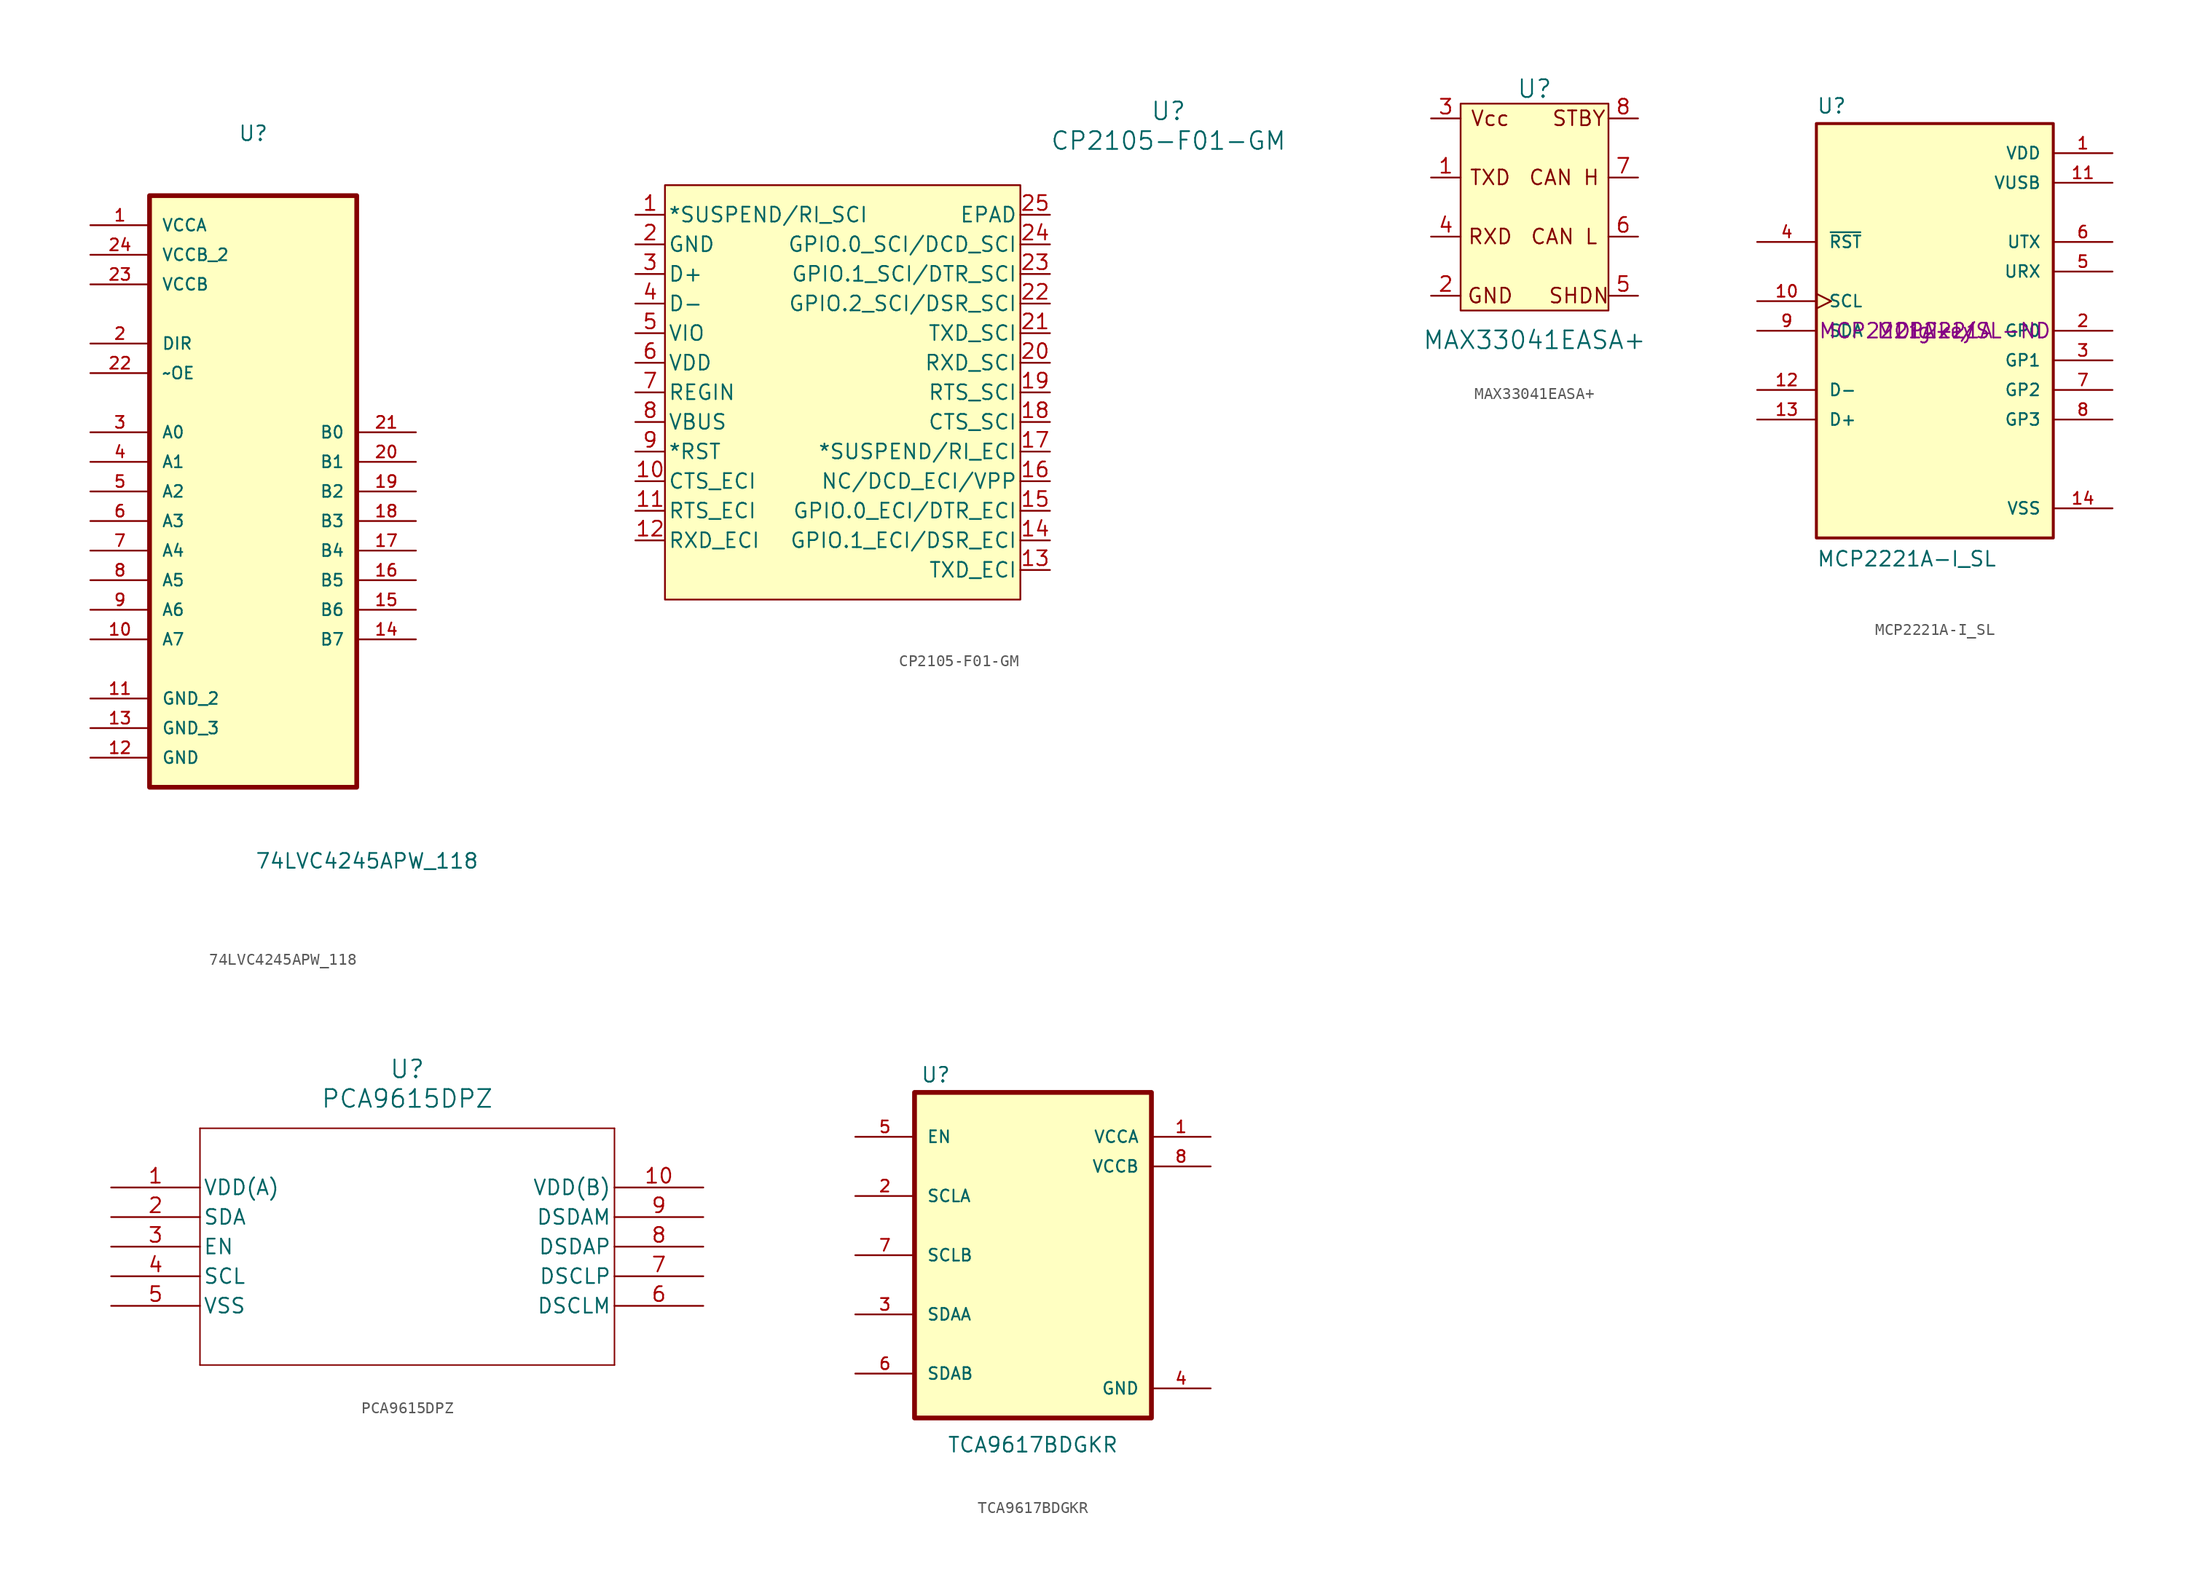
<source format=kicad_sym>
(kicad_symbol_lib
  (version 20231120)
  (generator "kicad_symbol_editor")
  (generator_version "8.0")
  (symbol "74LVC4245APW_118"
    (pin_names
      (offset 1.016))
    (property "Reference" "U"
      (at -5.111 27.46 0)
      (effects (font (size 1.27 1.27)) (justify left bottom)))
    (property "Value" "74LVC4245APW_118"
      (at -3.664 -35.015 0)
      (effects (font (size 1.27 1.27)) (justify left bottom)))
    (symbol "74LVC4245APW_118_0_0"
      (rectangle (start -12.7 22.86) (end 5.08 -27.94) (stroke (width 0.406) (type default)) (fill (type background)))
      (pin power_in line (at -17.78 20.32 0) (length 5.08) (name "VCCA" (effects (font (size 1.016 1.016)))) (number "1" (effects (font (size 1.016 1.016)))))
      (pin bidirectional line (at -17.78 -15.24 0) (length 5.08) (name "A7" (effects (font (size 1.016 1.016)))) (number "10" (effects (font (size 1.016 1.016)))))
      (pin passive line (at -17.78 -20.32 0) (length 5.08) (name "GND_2" (effects (font (size 1.016 1.016)))) (number "11" (effects (font (size 1.016 1.016)))))
      (pin passive line (at -17.78 -25.4 0) (length 5.08) (name "GND" (effects (font (size 1.016 1.016)))) (number "12" (effects (font (size 1.016 1.016)))))
      (pin passive line (at -17.78 -22.86 0) (length 5.08) (name "GND_3" (effects (font (size 1.016 1.016)))) (number "13" (effects (font (size 1.016 1.016)))))
      (pin bidirectional line (at 10.16 -15.24 180) (length 5.08) (name "B7" (effects (font (size 1.016 1.016)))) (number "14" (effects (font (size 1.016 1.016)))))
      (pin bidirectional line (at 10.16 -12.7 180) (length 5.08) (name "B6" (effects (font (size 1.016 1.016)))) (number "15" (effects (font (size 1.016 1.016)))))
      (pin bidirectional line (at 10.16 -10.16 180) (length 5.08) (name "B5" (effects (font (size 1.016 1.016)))) (number "16" (effects (font (size 1.016 1.016)))))
      (pin bidirectional line (at 10.16 -7.62 180) (length 5.08) (name "B4" (effects (font (size 1.016 1.016)))) (number "17" (effects (font (size 1.016 1.016)))))
      (pin bidirectional line (at 10.16 -5.08 180) (length 5.08) (name "B3" (effects (font (size 1.016 1.016)))) (number "18" (effects (font (size 1.016 1.016)))))
      (pin bidirectional line (at 10.16 -2.54 180) (length 5.08) (name "B2" (effects (font (size 1.016 1.016)))) (number "19" (effects (font (size 1.016 1.016)))))
      (pin input line (at -17.78 10.16 0) (length 5.08) (name "DIR" (effects (font (size 1.016 1.016)))) (number "2" (effects (font (size 1.016 1.016)))))
      (pin bidirectional line (at 10.16 0 180) (length 5.08) (name "B1" (effects (font (size 1.016 1.016)))) (number "20" (effects (font (size 1.016 1.016)))))
      (pin bidirectional line (at 10.16 2.54 180) (length 5.08) (name "B0" (effects (font (size 1.016 1.016)))) (number "21" (effects (font (size 1.016 1.016)))))
      (pin input line (at -17.78 7.62 0) (length 5.08) (name "~OE" (effects (font (size 1.016 1.016)))) (number "22" (effects (font (size 1.016 1.016)))))
      (pin power_in line (at -17.78 15.24 0) (length 5.08) (name "VCCB" (effects (font (size 1.016 1.016)))) (number "23" (effects (font (size 1.016 1.016)))))
      (pin power_in line (at -17.78 17.78 0) (length 5.08) (name "VCCB_2" (effects (font (size 1.016 1.016)))) (number "24" (effects (font (size 1.016 1.016)))))
      (pin bidirectional line (at -17.78 2.54 0) (length 5.08) (name "A0" (effects (font (size 1.016 1.016)))) (number "3" (effects (font (size 1.016 1.016)))))
      (pin bidirectional line (at -17.78 0 0) (length 5.08) (name "A1" (effects (font (size 1.016 1.016)))) (number "4" (effects (font (size 1.016 1.016)))))
      (pin bidirectional line (at -17.78 -2.54 0) (length 5.08) (name "A2" (effects (font (size 1.016 1.016)))) (number "5" (effects (font (size 1.016 1.016)))))
      (pin bidirectional line (at -17.78 -5.08 0) (length 5.08) (name "A3" (effects (font (size 1.016 1.016)))) (number "6" (effects (font (size 1.016 1.016)))))
      (pin bidirectional line (at -17.78 -7.62 0) (length 5.08) (name "A4" (effects (font (size 1.016 1.016)))) (number "7" (effects (font (size 1.016 1.016)))))
      (pin bidirectional line (at -17.78 -10.16 0) (length 5.08) (name "A5" (effects (font (size 1.016 1.016)))) (number "8" (effects (font (size 1.016 1.016)))))
      (pin bidirectional line (at -17.78 -12.7 0) (length 5.08) (name "A6" (effects (font (size 1.016 1.016)))) (number "9" (effects (font (size 1.016 1.016)))))))
  (symbol "CP2105-F01-GM"
    (pin_names
      (offset 0.254))
    (property "Reference" "U"
      (at 58.42 10.16 0)
      (effects (font (size 1.524 1.524))))
    (property "Value" "CP2105-F01-GM"
      (at 58.42 7.62 0)
      (effects (font (size 1.524 1.524))))
    (symbol "CP2105-F01-GM_0_1"
      (pin bidirectional line (at 12.7 1.27 0) (length 2.54) (name "*SUSPEND/RI_SCI" (effects (font (size 1.27 1.27)))) (number "1" (effects (font (size 1.27 1.27)))))
      (pin input line (at 12.7 -21.59 0) (length 2.54) (name "CTS_ECI" (effects (font (size 1.27 1.27)))) (number "10" (effects (font (size 1.27 1.27)))))
      (pin output line (at 12.7 -24.13 0) (length 2.54) (name "RTS_ECI" (effects (font (size 1.27 1.27)))) (number "11" (effects (font (size 1.27 1.27)))))
      (pin output line (at 48.26 -29.21 180) (length 2.54) (name "TXD_ECI" (effects (font (size 1.27 1.27)))) (number "13" (effects (font (size 1.27 1.27)))))
      (pin bidirectional line (at 48.26 -26.67 180) (length 2.54) (name "GPIO.1_ECI/DSR_ECI" (effects (font (size 1.27 1.27)))) (number "14" (effects (font (size 1.27 1.27)))))
      (pin bidirectional line (at 48.26 -24.13 180) (length 2.54) (name "GPIO.0_ECI/DTR_ECI" (effects (font (size 1.27 1.27)))) (number "15" (effects (font (size 1.27 1.27)))))
      (pin bidirectional line (at 48.26 -21.59 180) (length 2.54) (name "NC/DCD_ECI/VPP" (effects (font (size 1.27 1.27)))) (number "16" (effects (font (size 1.27 1.27)))))
      (pin bidirectional line (at 48.26 -19.05 180) (length 2.54) (name "*SUSPEND/RI_ECI" (effects (font (size 1.27 1.27)))) (number "17" (effects (font (size 1.27 1.27)))))
      (pin input line (at 48.26 -16.51 180) (length 2.54) (name "CTS_SCI" (effects (font (size 1.27 1.27)))) (number "18" (effects (font (size 1.27 1.27)))))
      (pin output line (at 48.26 -13.97 180) (length 2.54) (name "RTS_SCI" (effects (font (size 1.27 1.27)))) (number "19" (effects (font (size 1.27 1.27)))))
      (pin power_in line (at 12.7 -1.27 0) (length 2.54) (name "GND" (effects (font (size 1.27 1.27)))) (number "2" (effects (font (size 1.27 1.27)))))
      (pin input line (at 48.26 -11.43 180) (length 2.54) (name "RXD_SCI" (effects (font (size 1.27 1.27)))) (number "20" (effects (font (size 1.27 1.27)))))
      (pin output line (at 48.26 -8.89 180) (length 2.54) (name "TXD_SCI" (effects (font (size 1.27 1.27)))) (number "21" (effects (font (size 1.27 1.27)))))
      (pin bidirectional line (at 48.26 -6.35 180) (length 2.54) (name "GPIO.2_SCI/DSR_SCI" (effects (font (size 1.27 1.27)))) (number "22" (effects (font (size 1.27 1.27)))))
      (pin bidirectional line (at 48.26 -3.81 180) (length 2.54) (name "GPIO.1_SCI/DTR_SCI" (effects (font (size 1.27 1.27)))) (number "23" (effects (font (size 1.27 1.27)))))
      (pin bidirectional line (at 48.26 -1.27 180) (length 2.54) (name "GPIO.0_SCI/DCD_SCI" (effects (font (size 1.27 1.27)))) (number "24" (effects (font (size 1.27 1.27)))))
      (pin bidirectional line (at 12.7 -3.81 0) (length 2.54) (name "D+" (effects (font (size 1.27 1.27)))) (number "3" (effects (font (size 1.27 1.27)))))
      (pin bidirectional line (at 12.7 -6.35 0) (length 2.54) (name "D-" (effects (font (size 1.27 1.27)))) (number "4" (effects (font (size 1.27 1.27)))))
      (pin bidirectional line (at 12.7 -8.89 0) (length 2.54) (name "VIO" (effects (font (size 1.27 1.27)))) (number "5" (effects (font (size 1.27 1.27)))))
      (pin power_in line (at 12.7 -11.43 0) (length 2.54) (name "VDD" (effects (font (size 1.27 1.27)))) (number "6" (effects (font (size 1.27 1.27)))))
      (pin input line (at 12.7 -13.97 0) (length 2.54) (name "REGIN" (effects (font (size 1.27 1.27)))) (number "7" (effects (font (size 1.27 1.27)))))
      (pin input line (at 12.7 -16.51 0) (length 2.54) (name "VBUS" (effects (font (size 1.27 1.27)))) (number "8" (effects (font (size 1.27 1.27)))))
      (pin bidirectional line (at 12.7 -19.05 0) (length 2.54) (name "*RST" (effects (font (size 1.27 1.27)))) (number "9" (effects (font (size 1.27 1.27))))))
    (symbol "CP2105-F01-GM_1_1"
      (rectangle (start 15.24 3.81) (end 45.72 -31.75) (stroke (width 0) (type default)) (fill (type background)))
      (pin input line (at 12.7 -26.67 0) (length 2.54) (name "RXD_ECI" (effects (font (size 1.27 1.27)))) (number "12" (effects (font (size 1.27 1.27)))))
      (pin power_in line (at 48.26 1.27 180) (length 2.54) (name "EPAD" (effects (font (size 1.27 1.27)))) (number "25" (effects (font (size 1.27 1.27)))))))
  (symbol "MAX33041EASA+"
    (pin_names
      (offset 0) hide)
    (property "Reference" "U"
      (at -1.27 17.78 0)
      (effects (font (size 1.524 1.524))))
    (property "Value" "MAX33041EASA+"
      (at -1.27 -3.81 0)
      (effects (font (size 1.524 1.524))))
    (symbol "MAX33041EASA+_0_0"
      (text "CAN H" (at 1.27 10.16 0) (effects (font (size 1.27 1.27))))
      (text "CAN L" (at 1.27 5.08 0) (effects (font (size 1.27 1.27))))
      (text "GND" (at -5.08 0 0) (effects (font (size 1.27 1.27))))
      (text "RXD" (at -5.08 5.08 0) (effects (font (size 1.27 1.27))))
      (text "SHDN" (at 2.54 0 0) (effects (font (size 1.27 1.27))))
      (text "STBY" (at 2.54 15.24 0) (effects (font (size 1.27 1.27))))
      (text "TXD" (at -5.08 10.16 0) (effects (font (size 1.27 1.27))))
      (text "Vcc" (at -5.08 15.24 0) (effects (font (size 1.27 1.27)))))
    (symbol "MAX33041EASA+_0_1"
      (rectangle (start -7.62 16.51) (end 5.08 -1.27) (stroke (width 0) (type default)) (fill (type background))))
    (symbol "MAX33041EASA+_1_1"
      (pin input line (at -10.16 10.16 0) (length 2.54) (name "TXD" (effects (font (size 0.762 0.762)))) (number "1" (effects (font (size 1.27 1.27)))))
      (pin power_in line (at -10.16 0 0) (length 2.54) (name "GND" (effects (font (size 0.762 0.762)))) (number "2" (effects (font (size 1.27 1.27)))))
      (pin power_in line (at -10.16 15.24 0) (length 2.54) (name "Vcc" (effects (font (size 0.762 0.762)))) (number "3" (effects (font (size 1.27 1.27)))))
      (pin output line (at -10.16 5.08 0) (length 2.54) (name "RXD" (effects (font (size 0.762 0.762)))) (number "4" (effects (font (size 1.27 1.27)))))
      (pin input line (at 7.62 0 180) (length 2.54) (name "NC" (effects (font (size 0.762 0.762)))) (number "5" (effects (font (size 1.27 1.27)))))
      (pin input line (at 7.62 5.08 180) (length 2.54) (name "CAN_L" (effects (font (size 0.762 0.762)))) (number "6" (effects (font (size 1.27 1.27)))))
      (pin input line (at 7.62 10.16 180) (length 2.54) (name "CAN_H" (effects (font (size 0.762 0.762)))) (number "7" (effects (font (size 1.27 1.27)))))
      (pin input line (at 7.62 15.24 180) (length 2.54) (name "NC" (effects (font (size 0.762 0.762)))) (number "8" (effects (font (size 1.27 1.27)))))))
  (symbol "MCP2221A-I_SL"
    (pin_names
      (offset 1.016))
    (property "Reference" "U"
      (at -10.16 18.542 0)
      (effects (font (size 1.27 1.27)) (justify left bottom)))
    (property "Value" "MCP2221A-I_SL"
      (at -10.16 -20.32 0)
      (effects (font (size 1.27 1.27)) (justify left bottom)))
    (property "Manufacturer Part Number" "MCP2221A"
      (at 0 0 0)
      (effects (font (size 1.27 1.27))))
    (property "Supplier Part Number" "MCP2221A-I/SL-ND"
      (at 0 0 0)
      (effects (font (size 1.27 1.27))))
    (property "Supplier" "Digikey"
      (at 0 0 0)
      (effects (font (size 1.27 1.27))))
    (symbol "MCP2221A-I_SL_0_0"
      (rectangle (start -10.16 -17.78) (end 10.16 17.78) (stroke (width 0.254) (type default)) (fill (type background)))
      (pin power_in line (at 15.24 15.24 180) (length 5.08) (name "VDD" (effects (font (size 1.016 1.016)))) (number "1" (effects (font (size 1.016 1.016)))))
      (pin bidirectional clock (at -15.24 2.54 0) (length 5.08) (name "SCL" (effects (font (size 1.016 1.016)))) (number "10" (effects (font (size 1.016 1.016)))))
      (pin power_in line (at 15.24 12.7 180) (length 5.08) (name "VUSB" (effects (font (size 1.016 1.016)))) (number "11" (effects (font (size 1.016 1.016)))))
      (pin bidirectional line (at -15.24 -5.08 0) (length 5.08) (name "D-" (effects (font (size 1.016 1.016)))) (number "12" (effects (font (size 1.016 1.016)))))
      (pin bidirectional line (at -15.24 -7.62 0) (length 5.08) (name "D+" (effects (font (size 1.016 1.016)))) (number "13" (effects (font (size 1.016 1.016)))))
      (pin power_in line (at 15.24 -15.24 180) (length 5.08) (name "VSS" (effects (font (size 1.016 1.016)))) (number "14" (effects (font (size 1.016 1.016)))))
      (pin bidirectional line (at 15.24 0 180) (length 5.08) (name "GP0" (effects (font (size 1.016 1.016)))) (number "2" (effects (font (size 1.016 1.016)))))
      (pin bidirectional line (at 15.24 -2.54 180) (length 5.08) (name "GP1" (effects (font (size 1.016 1.016)))) (number "3" (effects (font (size 1.016 1.016)))))
      (pin input line (at -15.24 7.62 0) (length 5.08) (name "~{RST}" (effects (font (size 1.016 1.016)))) (number "4" (effects (font (size 1.016 1.016)))))
      (pin input line (at 15.24 5.08 180) (length 5.08) (name "URX" (effects (font (size 1.016 1.016)))) (number "5" (effects (font (size 1.016 1.016)))))
      (pin output line (at 15.24 7.62 180) (length 5.08) (name "UTX" (effects (font (size 1.016 1.016)))) (number "6" (effects (font (size 1.016 1.016)))))
      (pin bidirectional line (at 15.24 -5.08 180) (length 5.08) (name "GP2" (effects (font (size 1.016 1.016)))) (number "7" (effects (font (size 1.016 1.016)))))
      (pin bidirectional line (at 15.24 -7.62 180) (length 5.08) (name "GP3" (effects (font (size 1.016 1.016)))) (number "8" (effects (font (size 1.016 1.016)))))
      (pin bidirectional line (at -15.24 0 0) (length 5.08) (name "SDA" (effects (font (size 1.016 1.016)))) (number "9" (effects (font (size 1.016 1.016)))))))
  (symbol "PCA9615DPZ"
    (pin_names
      (offset 0.254))
    (property "Reference" "U"
      (at 25.4 10.16 0)
      (effects (font (size 1.524 1.524))))
    (property "Value" "PCA9615DPZ"
      (at 25.4 7.62 0)
      (effects (font (size 1.524 1.524))))
    (property "ki_locked" ""
      (at 0 0 0)
      (effects (font (size 1.27 1.27))))
    (symbol "PCA9615DPZ_1_1"
      (polyline (pts (xy 7.62 -15.24) (xy 43.18 -15.24)) (stroke (width 0.127) (type default)) (fill (type none)))
      (polyline (pts (xy 7.62 5.08) (xy 7.62 -15.24)) (stroke (width 0.127) (type default)) (fill (type none)))
      (polyline (pts (xy 43.18 -15.24) (xy 43.18 5.08)) (stroke (width 0.127) (type default)) (fill (type none)))
      (polyline (pts (xy 43.18 5.08) (xy 7.62 5.08)) (stroke (width 0.127) (type default)) (fill (type none)))
      (pin power_in line (at 0 0 0) (length 7.62) (name "VDD(A)" (effects (font (size 1.27 1.27)))) (number "1" (effects (font (size 1.27 1.27)))))
      (pin power_in line (at 50.8 0 180) (length 7.62) (name "VDD(B)" (effects (font (size 1.27 1.27)))) (number "10" (effects (font (size 1.27 1.27)))))
      (pin bidirectional line (at 0 -2.54 0) (length 7.62) (name "SDA" (effects (font (size 1.27 1.27)))) (number "2" (effects (font (size 1.27 1.27)))))
      (pin input line (at 0 -5.08 0) (length 7.62) (name "EN" (effects (font (size 1.27 1.27)))) (number "3" (effects (font (size 1.27 1.27)))))
      (pin bidirectional line (at 0 -7.62 0) (length 7.62) (name "SCL" (effects (font (size 1.27 1.27)))) (number "4" (effects (font (size 1.27 1.27)))))
      (pin power_out line (at 0 -10.16 0) (length 7.62) (name "VSS" (effects (font (size 1.27 1.27)))) (number "5" (effects (font (size 1.27 1.27)))))
      (pin bidirectional line (at 50.8 -10.16 180) (length 7.62) (name "DSCLM" (effects (font (size 1.27 1.27)))) (number "6" (effects (font (size 1.27 1.27)))))
      (pin bidirectional line (at 50.8 -7.62 180) (length 7.62) (name "DSCLP" (effects (font (size 1.27 1.27)))) (number "7" (effects (font (size 1.27 1.27)))))
      (pin bidirectional line (at 50.8 -5.08 180) (length 7.62) (name "DSDAP" (effects (font (size 1.27 1.27)))) (number "8" (effects (font (size 1.27 1.27)))))
      (pin bidirectional line (at 50.8 -2.54 180) (length 7.62) (name "DSDAM" (effects (font (size 1.27 1.27)))) (number "9" (effects (font (size 1.27 1.27)))))))
  (symbol "TCA9617BDGKR"
    (pin_names
      (offset 1.016))
    (property "Reference" "U"
      (at -12.192 14.732 0)
      (effects (font (size 1.27 1.27)) (justify left bottom)))
    (property "Value" "TCA9617BDGKR"
      (at -9.906 -17.018 0)
      (effects (font (size 1.27 1.27)) (justify left bottom)))
    (symbol "TCA9617BDGKR_0_0"
      (rectangle (start -12.7 13.97) (end 7.62 -13.97) (stroke (width 0.41) (type default)) (fill (type background)))
      (pin power_in line (at 12.7 10.16 180) (length 5.08) (name "VCCA" (effects (font (size 1.016 1.016)))) (number "1" (effects (font (size 1.016 1.016)))))
      (pin bidirectional line (at -17.78 5.08 0) (length 5.08) (name "SCLA" (effects (font (size 1.016 1.016)))) (number "2" (effects (font (size 1.016 1.016)))))
      (pin bidirectional line (at -17.78 -5.08 0) (length 5.08) (name "SDAA" (effects (font (size 1.016 1.016)))) (number "3" (effects (font (size 1.016 1.016)))))
      (pin power_in line (at 12.7 -11.43 180) (length 5.08) (name "GND" (effects (font (size 1.016 1.016)))) (number "4" (effects (font (size 1.016 1.016)))))
      (pin bidirectional line (at -17.78 10.16 0) (length 5.08) (name "EN" (effects (font (size 1.016 1.016)))) (number "5" (effects (font (size 1.016 1.016)))))
      (pin bidirectional line (at -17.78 -10.16 0) (length 5.08) (name "SDAB" (effects (font (size 1.016 1.016)))) (number "6" (effects (font (size 1.016 1.016)))))
      (pin bidirectional line (at -17.78 0 0) (length 5.08) (name "SCLB" (effects (font (size 1.016 1.016)))) (number "7" (effects (font (size 1.016 1.016)))))
      (pin power_in line (at 12.7 7.62 180) (length 5.08) (name "VCCB" (effects (font (size 1.016 1.016)))) (number "8" (effects (font (size 1.016 1.016))))))))
</source>
